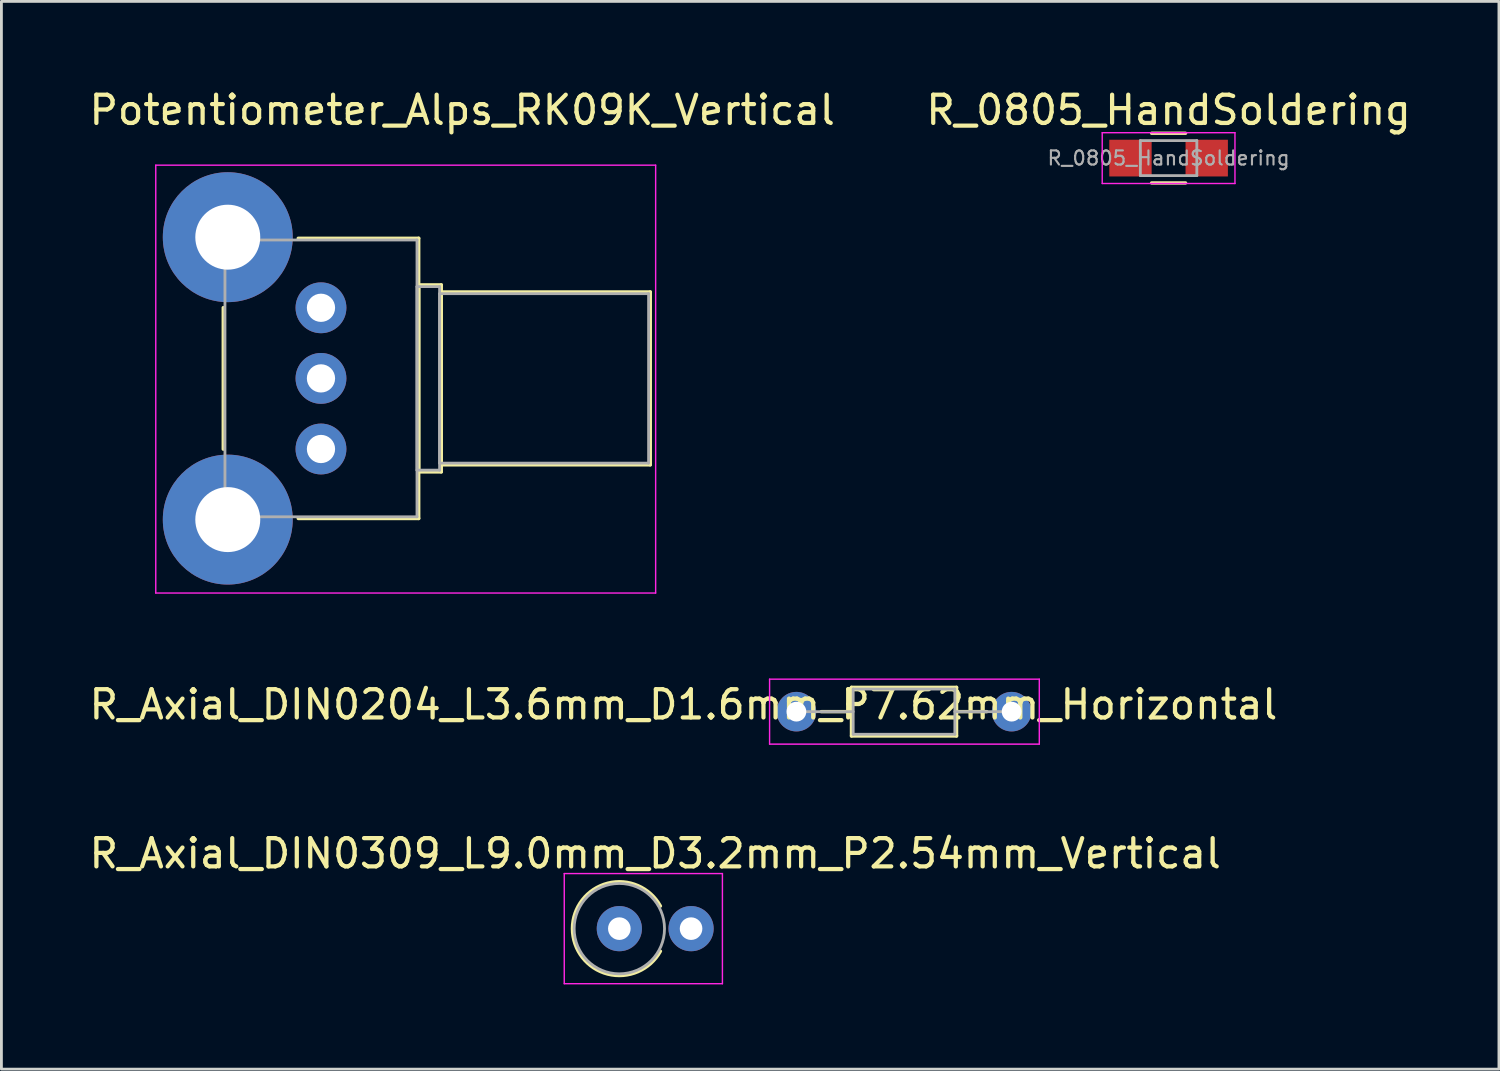
<source format=kicad_pcb>
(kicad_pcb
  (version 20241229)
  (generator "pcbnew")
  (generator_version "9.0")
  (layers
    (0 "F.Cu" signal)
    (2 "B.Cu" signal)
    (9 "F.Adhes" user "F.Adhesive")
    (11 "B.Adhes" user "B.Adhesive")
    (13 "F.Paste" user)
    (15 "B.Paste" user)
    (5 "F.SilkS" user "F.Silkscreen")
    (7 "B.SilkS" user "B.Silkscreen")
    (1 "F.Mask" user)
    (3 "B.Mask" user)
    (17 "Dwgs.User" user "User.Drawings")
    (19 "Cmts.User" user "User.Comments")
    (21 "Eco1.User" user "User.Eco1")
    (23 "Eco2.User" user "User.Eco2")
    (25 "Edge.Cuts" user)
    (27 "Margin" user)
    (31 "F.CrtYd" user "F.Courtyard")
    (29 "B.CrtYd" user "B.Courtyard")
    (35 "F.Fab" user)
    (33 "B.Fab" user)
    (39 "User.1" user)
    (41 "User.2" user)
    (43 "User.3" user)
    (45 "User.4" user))
  (footprint "Potentiometer_Alps_RK09K_Vertical"
    (layer "F.Cu")
    (at 8.315 12.848)
    (property "Reference" "Potentiometer_Alps_RK09K_Vertical" (at 5 -12 0) (layer "F.SilkS") (effects (font (size 1 1) (thickness 0.15))))
    (attr through_hole)
    (fp_line (start -3.46 -5.005) (end -3.46 0.005) (stroke (width 0.12) (type solid)) (layer "F.SilkS"))
    (fp_line (start -0.805 -7.461) (end 3.46 -7.461) (stroke (width 0.12) (type solid)) (layer "F.SilkS"))
    (fp_line (start -0.805 2.46) (end 3.46 2.46) (stroke (width 0.12) (type solid)) (layer "F.SilkS"))
    (fp_line (start 3.46 -7.461) (end 3.46 2.46) (stroke (width 0.12) (type solid)) (layer "F.SilkS"))
    (fp_line (start 3.46 -5.81) (end 3.46 0.81) (stroke (width 0.12) (type solid)) (layer "F.SilkS"))
    (fp_line (start 3.46 -5.81) (end 4.26 -5.81) (stroke (width 0.12) (type solid)) (layer "F.SilkS"))
    (fp_line (start 3.46 0.81) (end 4.26 0.81) (stroke (width 0.12) (type solid)) (layer "F.SilkS"))
    (fp_line (start 4.26 -5.81) (end 4.26 0.81) (stroke (width 0.12) (type solid)) (layer "F.SilkS"))
    (fp_line (start 4.26 -5.56) (end 4.26 0.56) (stroke (width 0.12) (type solid)) (layer "F.SilkS"))
    (fp_line (start 4.26 -5.56) (end 11.66 -5.56) (stroke (width 0.12) (type solid)) (layer "F.SilkS"))
    (fp_line (start 4.26 0.56) (end 11.66 0.56) (stroke (width 0.12) (type solid)) (layer "F.SilkS"))
    (fp_line (start 11.66 -5.56) (end 11.66 0.56) (stroke (width 0.12) (type solid)) (layer "F.SilkS"))
    (fp_line (start -5.85 -10.05) (end -5.85 5.1) (stroke (width 0.05) (type solid)) (layer "F.CrtYd"))
    (fp_line (start -5.85 5.1) (end 11.85 5.1) (stroke (width 0.05) (type solid)) (layer "F.CrtYd"))
    (fp_line (start 11.85 -10.05) (end -5.85 -10.05) (stroke (width 0.05) (type solid)) (layer "F.CrtYd"))
    (fp_line (start 11.85 5.1) (end 11.85 -10.05) (stroke (width 0.05) (type solid)) (layer "F.CrtYd"))
    (fp_line (start -3.4 -7.4) (end -3.4 2.4) (stroke (width 0.1) (type solid)) (layer "F.Fab"))
    (fp_line (start -3.4 2.4) (end 3.4 2.4) (stroke (width 0.1) (type solid)) (layer "F.Fab"))
    (fp_line (start 3.4 -7.4) (end -3.4 -7.4) (stroke (width 0.1) (type solid)) (layer "F.Fab"))
    (fp_line (start 3.4 -5.75) (end 3.4 0.75) (stroke (width 0.1) (type solid)) (layer "F.Fab"))
    (fp_line (start 3.4 0.75) (end 4.2 0.75) (stroke (width 0.1) (type solid)) (layer "F.Fab"))
    (fp_line (start 3.4 2.4) (end 3.4 -7.4) (stroke (width 0.1) (type solid)) (layer "F.Fab"))
    (fp_line (start 4.2 -5.75) (end 3.4 -5.75) (stroke (width 0.1) (type solid)) (layer "F.Fab"))
    (fp_line (start 4.2 -5.5) (end 4.2 0.5) (stroke (width 0.1) (type solid)) (layer "F.Fab"))
    (fp_line (start 4.2 0.5) (end 11.6 0.5) (stroke (width 0.1) (type solid)) (layer "F.Fab"))
    (fp_line (start 4.2 0.75) (end 4.2 -5.75) (stroke (width 0.1) (type solid)) (layer "F.Fab"))
    (fp_line (start 11.6 -5.5) (end 4.2 -5.5) (stroke (width 0.1) (type solid)) (layer "F.Fab"))
    (fp_line (start 11.6 0.5) (end 11.6 -5.5) (stroke (width 0.1) (type solid)) (layer "F.Fab"))
    (pad "0" thru_hole circle (at -3.3 -7.5) (size 4.6 4.6) (drill 2.3) (layers "*.Cu" "*.Mask"))
    (pad "0" thru_hole circle (at -3.3 2.5) (size 4.6 4.6) (drill 2.3) (layers "*.Cu" "*.Mask"))
    (pad "1" thru_hole circle (at 0 0) (size 1.8 1.8) (drill 1) (layers "*.Cu" "*.Mask"))
    (pad "2" thru_hole circle (at 0 -2.5) (size 1.8 1.8) (drill 1) (layers "*.Cu" "*.Mask"))
    (pad "3" thru_hole circle (at 0 -5) (size 1.8 1.8) (drill 1) (layers "*.Cu" "*.Mask")))
  (footprint "R_Axial_DIN0204_L3.6mm_D1.6mm_P7.62mm_Horizontal"
    (layer "F.Cu")
    (at 25.149 22.148)
    (property "Reference" "R_Axial_DIN0204_L3.6mm_D1.6mm_P7.62mm_Horizontal" (at -4 -0.25 0) (layer "F.SilkS") (effects (font (size 1 1) (thickness 0.15))))
    (attr through_hole)
    (fp_line (start 0.88 0) (end 1.95 0) (stroke (width 0.12) (type solid)) (layer "F.SilkS"))
    (fp_line (start 1.95 -0.86) (end 1.95 0.86) (stroke (width 0.12) (type solid)) (layer "F.SilkS"))
    (fp_line (start 1.95 0.86) (end 5.67 0.86) (stroke (width 0.12) (type solid)) (layer "F.SilkS"))
    (fp_line (start 5.67 -0.86) (end 1.95 -0.86) (stroke (width 0.12) (type solid)) (layer "F.SilkS"))
    (fp_line (start 5.67 0.86) (end 5.67 -0.86) (stroke (width 0.12) (type solid)) (layer "F.SilkS"))
    (fp_line (start 6.74 0) (end 5.67 0) (stroke (width 0.12) (type solid)) (layer "F.SilkS"))
    (fp_line (start -0.95 -1.15) (end -0.95 1.15) (stroke (width 0.05) (type solid)) (layer "F.CrtYd"))
    (fp_line (start -0.95 1.15) (end 8.6 1.15) (stroke (width 0.05) (type solid)) (layer "F.CrtYd"))
    (fp_line (start 8.6 -1.15) (end -0.95 -1.15) (stroke (width 0.05) (type solid)) (layer "F.CrtYd"))
    (fp_line (start 8.6 1.15) (end 8.6 -1.15) (stroke (width 0.05) (type solid)) (layer "F.CrtYd"))
    (fp_line (start 0 0) (end 2.01 0) (stroke (width 0.1) (type solid)) (layer "F.Fab"))
    (fp_line (start 2.01 -0.8) (end 2.01 0.8) (stroke (width 0.1) (type solid)) (layer "F.Fab"))
    (fp_line (start 2.01 0.8) (end 5.61 0.8) (stroke (width 0.1) (type solid)) (layer "F.Fab"))
    (fp_line (start 5.61 -0.8) (end 2.01 -0.8) (stroke (width 0.1) (type solid)) (layer "F.Fab"))
    (fp_line (start 5.61 0.8) (end 5.61 -0.8) (stroke (width 0.1) (type solid)) (layer "F.Fab"))
    (fp_line (start 7.62 0) (end 5.61 0) (stroke (width 0.1) (type solid)) (layer "F.Fab"))
    (pad "1" thru_hole circle (at 0 0) (size 1.4 1.4) (drill 0.7) (layers "*.Cu" "*.Mask"))
    (pad "2" thru_hole oval (at 7.62 0) (size 1.4 1.4) (drill 0.7) (layers "*.Cu" "*.Mask")))
  (footprint "R_0805_HandSoldering"
    (layer "F.Cu")
    (at 38.327 2.548)
    (property "Reference" "R_0805_HandSoldering" (at 0 -1.7 0) (layer "F.SilkS") (effects (font (size 1 1) (thickness 0.15))))
    (attr smd)
    (fp_line (start -0.6 -0.88) (end 0.6 -0.88) (stroke (width 0.12) (type solid)) (layer "F.SilkS"))
    (fp_line (start 0.6 0.88) (end -0.6 0.88) (stroke (width 0.12) (type solid)) (layer "F.SilkS"))
    (fp_line (start -2.35 -0.9) (end -2.35 0.9) (stroke (width 0.05) (type solid)) (layer "F.CrtYd"))
    (fp_line (start -2.35 -0.9) (end 2.35 -0.9) (stroke (width 0.05) (type solid)) (layer "F.CrtYd"))
    (fp_line (start 2.35 0.9) (end -2.35 0.9) (stroke (width 0.05) (type solid)) (layer "F.CrtYd"))
    (fp_line (start 2.35 0.9) (end 2.35 -0.9) (stroke (width 0.05) (type solid)) (layer "F.CrtYd"))
    (fp_line (start -1 -0.62) (end 1 -0.62) (stroke (width 0.1) (type solid)) (layer "F.Fab"))
    (fp_line (start -1 0.62) (end -1 -0.62) (stroke (width 0.1) (type solid)) (layer "F.Fab"))
    (fp_line (start 1 -0.62) (end 1 0.62) (stroke (width 0.1) (type solid)) (layer "F.Fab"))
    (fp_line (start 1 0.62) (end -1 0.62) (stroke (width 0.1) (type solid)) (layer "F.Fab"))
    (fp_text user "${REFERENCE}" (at 0 0 0) (layer "F.Fab") (effects (font (size 0.5 0.5) (thickness 0.075))))
    (pad "1" smd rect (at -1.35 0) (size 1.5 1.3) (layers "F.Cu" "F.Mask" "F.Paste"))
    (pad "2" smd rect (at 1.35 0) (size 1.5 1.3) (layers "F.Cu" "F.Mask" "F.Paste")))
  (footprint "R_Axial_DIN0309_L9.0mm_D3.2mm_P2.54mm_Vertical"
    (layer "F.Cu")
    (at 18.879 29.831)
    (property "Reference" "R_Axial_DIN0309_L9.0mm_D3.2mm_P2.54mm_Vertical" (at 1.27 -2.66 0) (layer "F.SilkS") (effects (font (size 1 1) (thickness 0.15))))
    (attr through_hole)
    (fp_arc (start 1.454828 0.799422) (mid -1.66 0.00033) (end 1.45451 -0.8) (stroke (width 0.12) (type solid)) (layer "F.SilkS"))
    (fp_line (start -1.95 -1.95) (end -1.95 1.95) (stroke (width 0.05) (type solid)) (layer "F.CrtYd"))
    (fp_line (start -1.95 1.95) (end 3.65 1.95) (stroke (width 0.05) (type solid)) (layer "F.CrtYd"))
    (fp_line (start 3.65 -1.95) (end -1.95 -1.95) (stroke (width 0.05) (type solid)) (layer "F.CrtYd"))
    (fp_line (start 3.65 1.95) (end 3.65 -1.95) (stroke (width 0.05) (type solid)) (layer "F.CrtYd"))
    (fp_circle (center 0 0) (end 1.6 0) (stroke (width 0.1) (type solid)) (fill no) (layer "F.Fab"))
    (pad "1" thru_hole circle (at 0 0) (size 1.6 1.6) (drill 0.8) (layers "*.Cu" "*.Mask"))
    (pad "2" thru_hole oval (at 2.54 0) (size 1.6 1.6) (drill 0.8) (layers "*.Cu" "*.Mask")))
  (gr_rect
    (start -3 -3)
    (end 50.024 34.806)
    (stroke (width 0.1) (type default))
    (fill no)
    (layer "Edge.Cuts")))
</source>
